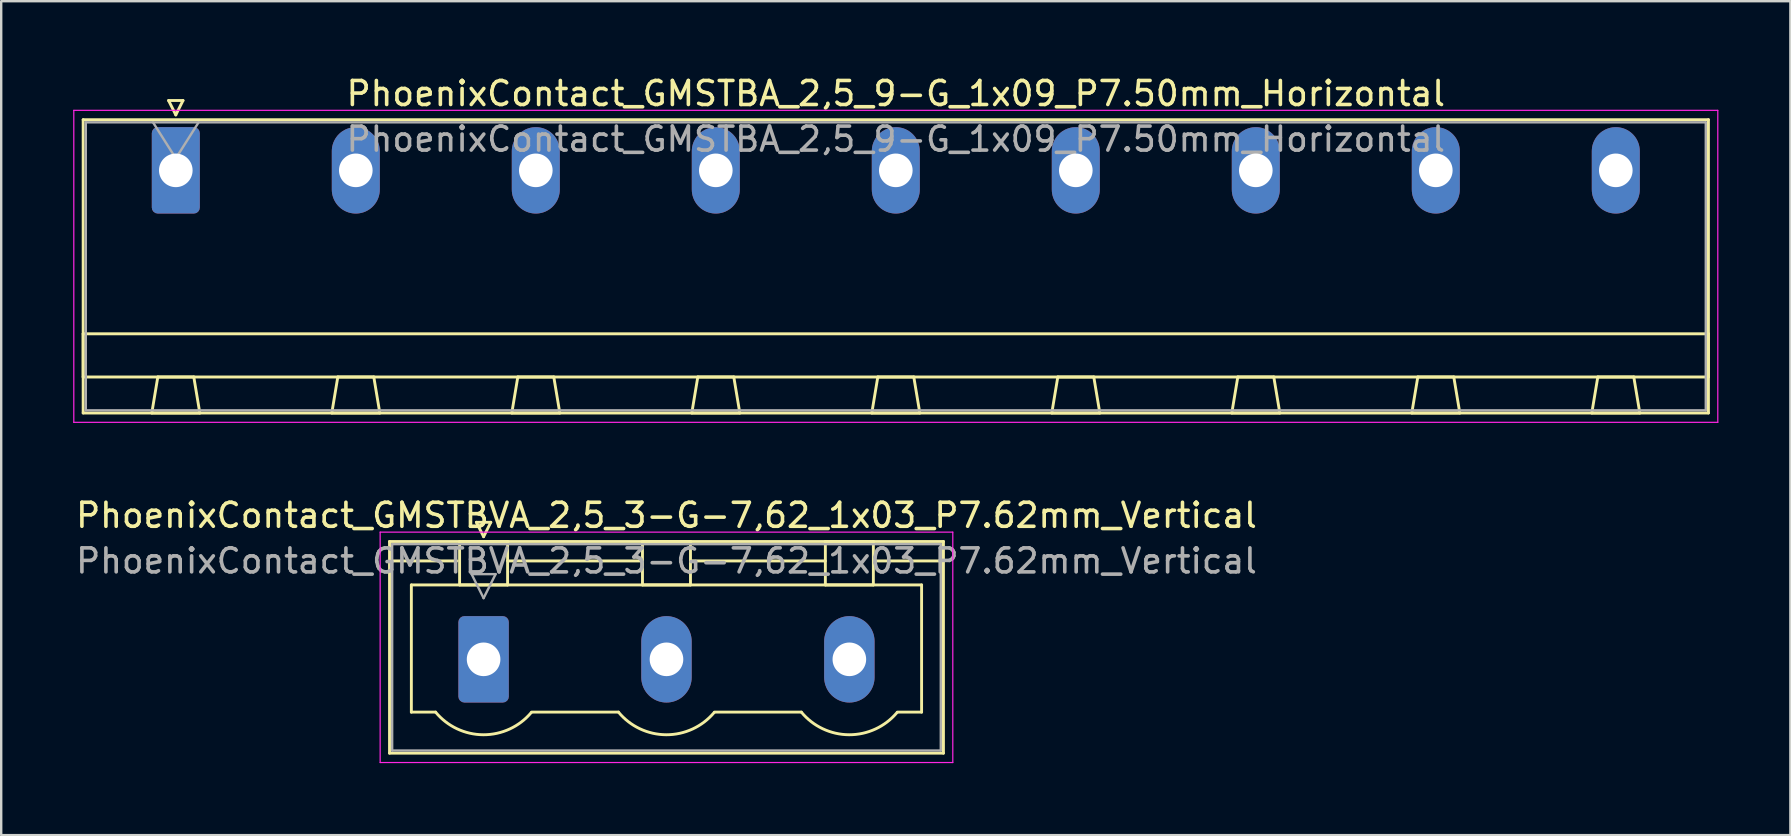
<source format=kicad_pcb>
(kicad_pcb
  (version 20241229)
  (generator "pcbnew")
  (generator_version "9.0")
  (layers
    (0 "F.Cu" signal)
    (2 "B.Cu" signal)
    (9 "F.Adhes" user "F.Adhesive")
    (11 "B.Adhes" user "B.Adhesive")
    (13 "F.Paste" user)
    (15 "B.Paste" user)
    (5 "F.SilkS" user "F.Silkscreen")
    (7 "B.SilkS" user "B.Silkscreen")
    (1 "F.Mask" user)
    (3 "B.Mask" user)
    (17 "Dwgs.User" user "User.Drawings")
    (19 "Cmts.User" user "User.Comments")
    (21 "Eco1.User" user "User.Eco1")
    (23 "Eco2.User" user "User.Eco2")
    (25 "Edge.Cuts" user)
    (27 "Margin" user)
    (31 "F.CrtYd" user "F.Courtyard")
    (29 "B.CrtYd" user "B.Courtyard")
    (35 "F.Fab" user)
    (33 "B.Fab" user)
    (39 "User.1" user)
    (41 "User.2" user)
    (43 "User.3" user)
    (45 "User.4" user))
  (footprint "PhoenixContact_GMSTBVA_2,5_3-G-7,62_1x03_P7.62mm_Vertical"
    (layer "F.Cu")
    (at 17.1 24.422)
    (property "Reference" "PhoenixContact_GMSTBVA_2,5_3-G-7,62_1x03_P7.62mm_Vertical" (at 7.62 -6 0) (layer "F.SilkS") (effects (font (size 1 1) (thickness 0.15))))
    (attr through_hole)
    (fp_line (start -3.92 -4.91) (end -3.92 3.91) (stroke (width 0.12) (type solid)) (layer "F.SilkS"))
    (fp_line (start -3.92 -4.1) (end -1.11 -4.1) (stroke (width 0.12) (type solid)) (layer "F.SilkS"))
    (fp_line (start -3.92 3.91) (end 19.16 3.91) (stroke (width 0.12) (type solid)) (layer "F.SilkS"))
    (fp_line (start -3.01 -3.1) (end 18.25 -3.1) (stroke (width 0.12) (type solid)) (layer "F.SilkS"))
    (fp_line (start -3.01 2.2) (end -3.01 -3.1) (stroke (width 0.12) (type solid)) (layer "F.SilkS"))
    (fp_line (start -2 2.2) (end -3.01 2.2) (stroke (width 0.12) (type solid)) (layer "F.SilkS"))
    (fp_line (start -1 -4.91) (end 1 -4.91) (stroke (width 0.12) (type solid)) (layer "F.SilkS"))
    (fp_line (start -1 -3.1) (end -1 -4.91) (stroke (width 0.12) (type solid)) (layer "F.SilkS"))
    (fp_line (start -0.3 -5.71) (end 0.3 -5.71) (stroke (width 0.12) (type solid)) (layer "F.SilkS"))
    (fp_line (start 0 -5.11) (end -0.3 -5.71) (stroke (width 0.12) (type solid)) (layer "F.SilkS"))
    (fp_line (start 0.3 -5.71) (end 0 -5.11) (stroke (width 0.12) (type solid)) (layer "F.SilkS"))
    (fp_line (start 1 -4.91) (end 1 -3.1) (stroke (width 0.12) (type solid)) (layer "F.SilkS"))
    (fp_line (start 1 -4.1) (end 6.62 -4.1) (stroke (width 0.12) (type solid)) (layer "F.SilkS"))
    (fp_line (start 1 -3.1) (end -1 -3.1) (stroke (width 0.12) (type solid)) (layer "F.SilkS"))
    (fp_line (start 2 2.2) (end 5.62 2.2) (stroke (width 0.12) (type solid)) (layer "F.SilkS"))
    (fp_line (start 6.62 -4.91) (end 8.62 -4.91) (stroke (width 0.12) (type solid)) (layer "F.SilkS"))
    (fp_line (start 6.62 -3.1) (end 6.62 -4.91) (stroke (width 0.12) (type solid)) (layer "F.SilkS"))
    (fp_line (start 8.62 -4.91) (end 8.62 -3.1) (stroke (width 0.12) (type solid)) (layer "F.SilkS"))
    (fp_line (start 8.62 -4.1) (end 14.24 -4.1) (stroke (width 0.12) (type solid)) (layer "F.SilkS"))
    (fp_line (start 8.62 -3.1) (end 6.62 -3.1) (stroke (width 0.12) (type solid)) (layer "F.SilkS"))
    (fp_line (start 9.62 2.2) (end 13.24 2.2) (stroke (width 0.12) (type solid)) (layer "F.SilkS"))
    (fp_line (start 14.24 -4.91) (end 16.24 -4.91) (stroke (width 0.12) (type solid)) (layer "F.SilkS"))
    (fp_line (start 14.24 -3.1) (end 14.24 -4.91) (stroke (width 0.12) (type solid)) (layer "F.SilkS"))
    (fp_line (start 16.24 -4.91) (end 16.24 -3.1) (stroke (width 0.12) (type solid)) (layer "F.SilkS"))
    (fp_line (start 16.24 -3.1) (end 14.24 -3.1) (stroke (width 0.12) (type solid)) (layer "F.SilkS"))
    (fp_line (start 18.25 -3.1) (end 18.25 2.2) (stroke (width 0.12) (type solid)) (layer "F.SilkS"))
    (fp_line (start 18.25 2.2) (end 17.24 2.2) (stroke (width 0.12) (type solid)) (layer "F.SilkS"))
    (fp_line (start 19.16 -4.91) (end -3.92 -4.91) (stroke (width 0.12) (type solid)) (layer "F.SilkS"))
    (fp_line (start 19.16 -4.1) (end 16.35 -4.1) (stroke (width 0.12) (type solid)) (layer "F.SilkS"))
    (fp_line (start 19.16 3.91) (end 19.16 -4.91) (stroke (width 0.12) (type solid)) (layer "F.SilkS"))
    (fp_arc (start 1.986842 2.215821) (mid -0.010289 3.142758) (end -2 2.2) (stroke (width 0.12) (type solid)) (layer "F.SilkS"))
    (fp_arc (start 9.606842 2.215821) (mid 7.609711 3.142758) (end 5.62 2.2) (stroke (width 0.12) (type solid)) (layer "F.SilkS"))
    (fp_arc (start 17.226842 2.215821) (mid 15.229711 3.142758) (end 13.24 2.2) (stroke (width 0.12) (type solid)) (layer "F.SilkS"))
    (fp_line (start -4.31 -5.3) (end -4.31 4.3) (stroke (width 0.05) (type solid)) (layer "F.CrtYd"))
    (fp_line (start -4.31 4.3) (end 19.55 4.3) (stroke (width 0.05) (type solid)) (layer "F.CrtYd"))
    (fp_line (start 19.55 -5.3) (end -4.31 -5.3) (stroke (width 0.05) (type solid)) (layer "F.CrtYd"))
    (fp_line (start 19.55 4.3) (end 19.55 -5.3) (stroke (width 0.05) (type solid)) (layer "F.CrtYd"))
    (fp_line (start -3.81 -4.8) (end -3.81 3.8) (stroke (width 0.1) (type solid)) (layer "F.Fab"))
    (fp_line (start -3.81 3.8) (end 19.05 3.8) (stroke (width 0.1) (type solid)) (layer "F.Fab"))
    (fp_line (start -0.5 -3.55) (end 0.5 -3.55) (stroke (width 0.1) (type solid)) (layer "F.Fab"))
    (fp_line (start 0 -2.55) (end -0.5 -3.55) (stroke (width 0.1) (type solid)) (layer "F.Fab"))
    (fp_line (start 0.5 -3.55) (end 0 -2.55) (stroke (width 0.1) (type solid)) (layer "F.Fab"))
    (fp_line (start 19.05 -4.8) (end -3.81 -4.8) (stroke (width 0.1) (type solid)) (layer "F.Fab"))
    (fp_line (start 19.05 3.8) (end 19.05 -4.8) (stroke (width 0.1) (type solid)) (layer "F.Fab"))
    (fp_text user "${REFERENCE}" (at 7.62 -4.1 0) (layer "F.Fab") (effects (font (size 1 1) (thickness 0.15))))
    (pad "1" thru_hole roundrect (at 0 0) (size 2.1 3.6) (drill 1.4) (layers "*.Cu" "*.Mask") (roundrect_rratio 0.119))
    (pad "2" thru_hole oval (at 7.62 0) (size 2.1 3.6) (drill 1.4) (layers "*.Cu" "*.Mask"))
    (pad "3" thru_hole oval (at 15.24 0) (size 2.1 3.6) (drill 1.4) (layers "*.Cu" "*.Mask")))
  (footprint "PhoenixContact_GMSTBA_2,5_9-G_1x09_P7.50mm_Horizontal"
    (layer "F.Cu")
    (at 4.275 4.048)
    (property "Reference" "PhoenixContact_GMSTBA_2,5_9-G_1x09_P7.50mm_Horizontal" (at 30 -3.2 0) (layer "F.SilkS") (effects (font (size 1 1) (thickness 0.15))))
    (attr through_hole)
    (fp_line (start -3.86 -2.11) (end -3.86 10.11) (stroke (width 0.12) (type solid)) (layer "F.SilkS"))
    (fp_line (start -3.86 6.81) (end 63.86 6.81) (stroke (width 0.12) (type solid)) (layer "F.SilkS"))
    (fp_line (start -3.86 8.61) (end -3.86 6.81) (stroke (width 0.12) (type solid)) (layer "F.SilkS"))
    (fp_line (start -3.86 10.11) (end 63.86 10.11) (stroke (width 0.12) (type solid)) (layer "F.SilkS"))
    (fp_line (start -1 10.11) (end 1 10.11) (stroke (width 0.12) (type solid)) (layer "F.SilkS"))
    (fp_line (start -0.75 8.61) (end -1 10.11) (stroke (width 0.12) (type solid)) (layer "F.SilkS"))
    (fp_line (start -0.3 -2.91) (end 0.3 -2.91) (stroke (width 0.12) (type solid)) (layer "F.SilkS"))
    (fp_line (start 0 -2.31) (end -0.3 -2.91) (stroke (width 0.12) (type solid)) (layer "F.SilkS"))
    (fp_line (start 0.3 -2.91) (end 0 -2.31) (stroke (width 0.12) (type solid)) (layer "F.SilkS"))
    (fp_line (start 0.75 8.61) (end -0.75 8.61) (stroke (width 0.12) (type solid)) (layer "F.SilkS"))
    (fp_line (start 1 10.11) (end 0.75 8.61) (stroke (width 0.12) (type solid)) (layer "F.SilkS"))
    (fp_line (start 6.5 10.11) (end 8.5 10.11) (stroke (width 0.12) (type solid)) (layer "F.SilkS"))
    (fp_line (start 6.75 8.61) (end 6.5 10.11) (stroke (width 0.12) (type solid)) (layer "F.SilkS"))
    (fp_line (start 8.25 8.61) (end 6.75 8.61) (stroke (width 0.12) (type solid)) (layer "F.SilkS"))
    (fp_line (start 8.5 10.11) (end 8.25 8.61) (stroke (width 0.12) (type solid)) (layer "F.SilkS"))
    (fp_line (start 14 10.11) (end 16 10.11) (stroke (width 0.12) (type solid)) (layer "F.SilkS"))
    (fp_line (start 14.25 8.61) (end 14 10.11) (stroke (width 0.12) (type solid)) (layer "F.SilkS"))
    (fp_line (start 15.75 8.61) (end 14.25 8.61) (stroke (width 0.12) (type solid)) (layer "F.SilkS"))
    (fp_line (start 16 10.11) (end 15.75 8.61) (stroke (width 0.12) (type solid)) (layer "F.SilkS"))
    (fp_line (start 21.5 10.11) (end 23.5 10.11) (stroke (width 0.12) (type solid)) (layer "F.SilkS"))
    (fp_line (start 21.75 8.61) (end 21.5 10.11) (stroke (width 0.12) (type solid)) (layer "F.SilkS"))
    (fp_line (start 23.25 8.61) (end 21.75 8.61) (stroke (width 0.12) (type solid)) (layer "F.SilkS"))
    (fp_line (start 23.5 10.11) (end 23.25 8.61) (stroke (width 0.12) (type solid)) (layer "F.SilkS"))
    (fp_line (start 29 10.11) (end 31 10.11) (stroke (width 0.12) (type solid)) (layer "F.SilkS"))
    (fp_line (start 29.25 8.61) (end 29 10.11) (stroke (width 0.12) (type solid)) (layer "F.SilkS"))
    (fp_line (start 30.75 8.61) (end 29.25 8.61) (stroke (width 0.12) (type solid)) (layer "F.SilkS"))
    (fp_line (start 31 10.11) (end 30.75 8.61) (stroke (width 0.12) (type solid)) (layer "F.SilkS"))
    (fp_line (start 36.5 10.11) (end 38.5 10.11) (stroke (width 0.12) (type solid)) (layer "F.SilkS"))
    (fp_line (start 36.75 8.61) (end 36.5 10.11) (stroke (width 0.12) (type solid)) (layer "F.SilkS"))
    (fp_line (start 38.25 8.61) (end 36.75 8.61) (stroke (width 0.12) (type solid)) (layer "F.SilkS"))
    (fp_line (start 38.5 10.11) (end 38.25 8.61) (stroke (width 0.12) (type solid)) (layer "F.SilkS"))
    (fp_line (start 44 10.11) (end 46 10.11) (stroke (width 0.12) (type solid)) (layer "F.SilkS"))
    (fp_line (start 44.25 8.61) (end 44 10.11) (stroke (width 0.12) (type solid)) (layer "F.SilkS"))
    (fp_line (start 45.75 8.61) (end 44.25 8.61) (stroke (width 0.12) (type solid)) (layer "F.SilkS"))
    (fp_line (start 46 10.11) (end 45.75 8.61) (stroke (width 0.12) (type solid)) (layer "F.SilkS"))
    (fp_line (start 51.5 10.11) (end 53.5 10.11) (stroke (width 0.12) (type solid)) (layer "F.SilkS"))
    (fp_line (start 51.75 8.61) (end 51.5 10.11) (stroke (width 0.12) (type solid)) (layer "F.SilkS"))
    (fp_line (start 53.25 8.61) (end 51.75 8.61) (stroke (width 0.12) (type solid)) (layer "F.SilkS"))
    (fp_line (start 53.5 10.11) (end 53.25 8.61) (stroke (width 0.12) (type solid)) (layer "F.SilkS"))
    (fp_line (start 59 10.11) (end 61 10.11) (stroke (width 0.12) (type solid)) (layer "F.SilkS"))
    (fp_line (start 59.25 8.61) (end 59 10.11) (stroke (width 0.12) (type solid)) (layer "F.SilkS"))
    (fp_line (start 60.75 8.61) (end 59.25 8.61) (stroke (width 0.12) (type solid)) (layer "F.SilkS"))
    (fp_line (start 61 10.11) (end 60.75 8.61) (stroke (width 0.12) (type solid)) (layer "F.SilkS"))
    (fp_line (start 63.86 -2.11) (end -3.86 -2.11) (stroke (width 0.12) (type solid)) (layer "F.SilkS"))
    (fp_line (start 63.86 6.81) (end 63.86 8.61) (stroke (width 0.12) (type solid)) (layer "F.SilkS"))
    (fp_line (start 63.86 8.61) (end -3.86 8.61) (stroke (width 0.12) (type solid)) (layer "F.SilkS"))
    (fp_line (start 63.86 10.11) (end 63.86 -2.11) (stroke (width 0.12) (type solid)) (layer "F.SilkS"))
    (fp_line (start -4.25 -2.5) (end -4.25 10.5) (stroke (width 0.05) (type solid)) (layer "F.CrtYd"))
    (fp_line (start -4.25 10.5) (end 64.25 10.5) (stroke (width 0.05) (type solid)) (layer "F.CrtYd"))
    (fp_line (start 64.25 -2.5) (end -4.25 -2.5) (stroke (width 0.05) (type solid)) (layer "F.CrtYd"))
    (fp_line (start 64.25 10.5) (end 64.25 -2.5) (stroke (width 0.05) (type solid)) (layer "F.CrtYd"))
    (fp_line (start -3.75 -2) (end -3.75 10) (stroke (width 0.1) (type solid)) (layer "F.Fab"))
    (fp_line (start -3.75 10) (end 63.75 10) (stroke (width 0.1) (type solid)) (layer "F.Fab"))
    (fp_line (start 0 -0.5) (end -0.95 -2) (stroke (width 0.1) (type solid)) (layer "F.Fab"))
    (fp_line (start 0.95 -2) (end 0 -0.5) (stroke (width 0.1) (type solid)) (layer "F.Fab"))
    (fp_line (start 63.75 -2) (end -3.75 -2) (stroke (width 0.1) (type solid)) (layer "F.Fab"))
    (fp_line (start 63.75 10) (end 63.75 -2) (stroke (width 0.1) (type solid)) (layer "F.Fab"))
    (fp_text user "${REFERENCE}" (at 30 -1.3 0) (layer "F.Fab") (effects (font (size 1 1) (thickness 0.15))))
    (pad "1" thru_hole roundrect (at 0 0) (size 2 3.6) (drill 1.4) (layers "*.Cu" "*.Mask") (roundrect_rratio 0.125))
    (pad "2" thru_hole oval (at 7.5 0) (size 2 3.6) (drill 1.4) (layers "*.Cu" "*.Mask"))
    (pad "3" thru_hole oval (at 15 0) (size 2 3.6) (drill 1.4) (layers "*.Cu" "*.Mask"))
    (pad "4" thru_hole oval (at 22.5 0) (size 2 3.6) (drill 1.4) (layers "*.Cu" "*.Mask"))
    (pad "5" thru_hole oval (at 30 0) (size 2 3.6) (drill 1.4) (layers "*.Cu" "*.Mask"))
    (pad "6" thru_hole oval (at 37.5 0) (size 2 3.6) (drill 1.4) (layers "*.Cu" "*.Mask"))
    (pad "7" thru_hole oval (at 45 0) (size 2 3.6) (drill 1.4) (layers "*.Cu" "*.Mask"))
    (pad "8" thru_hole oval (at 52.5 0) (size 2 3.6) (drill 1.4) (layers "*.Cu" "*.Mask"))
    (pad "9" thru_hole oval (at 60 0) (size 2 3.6) (drill 1.4) (layers "*.Cu" "*.Mask")))
  (gr_rect
    (start -3 -3)
    (end 71.55 31.747)
    (stroke (width 0.1) (type default))
    (fill no)
    (layer "Edge.Cuts")))
</source>
